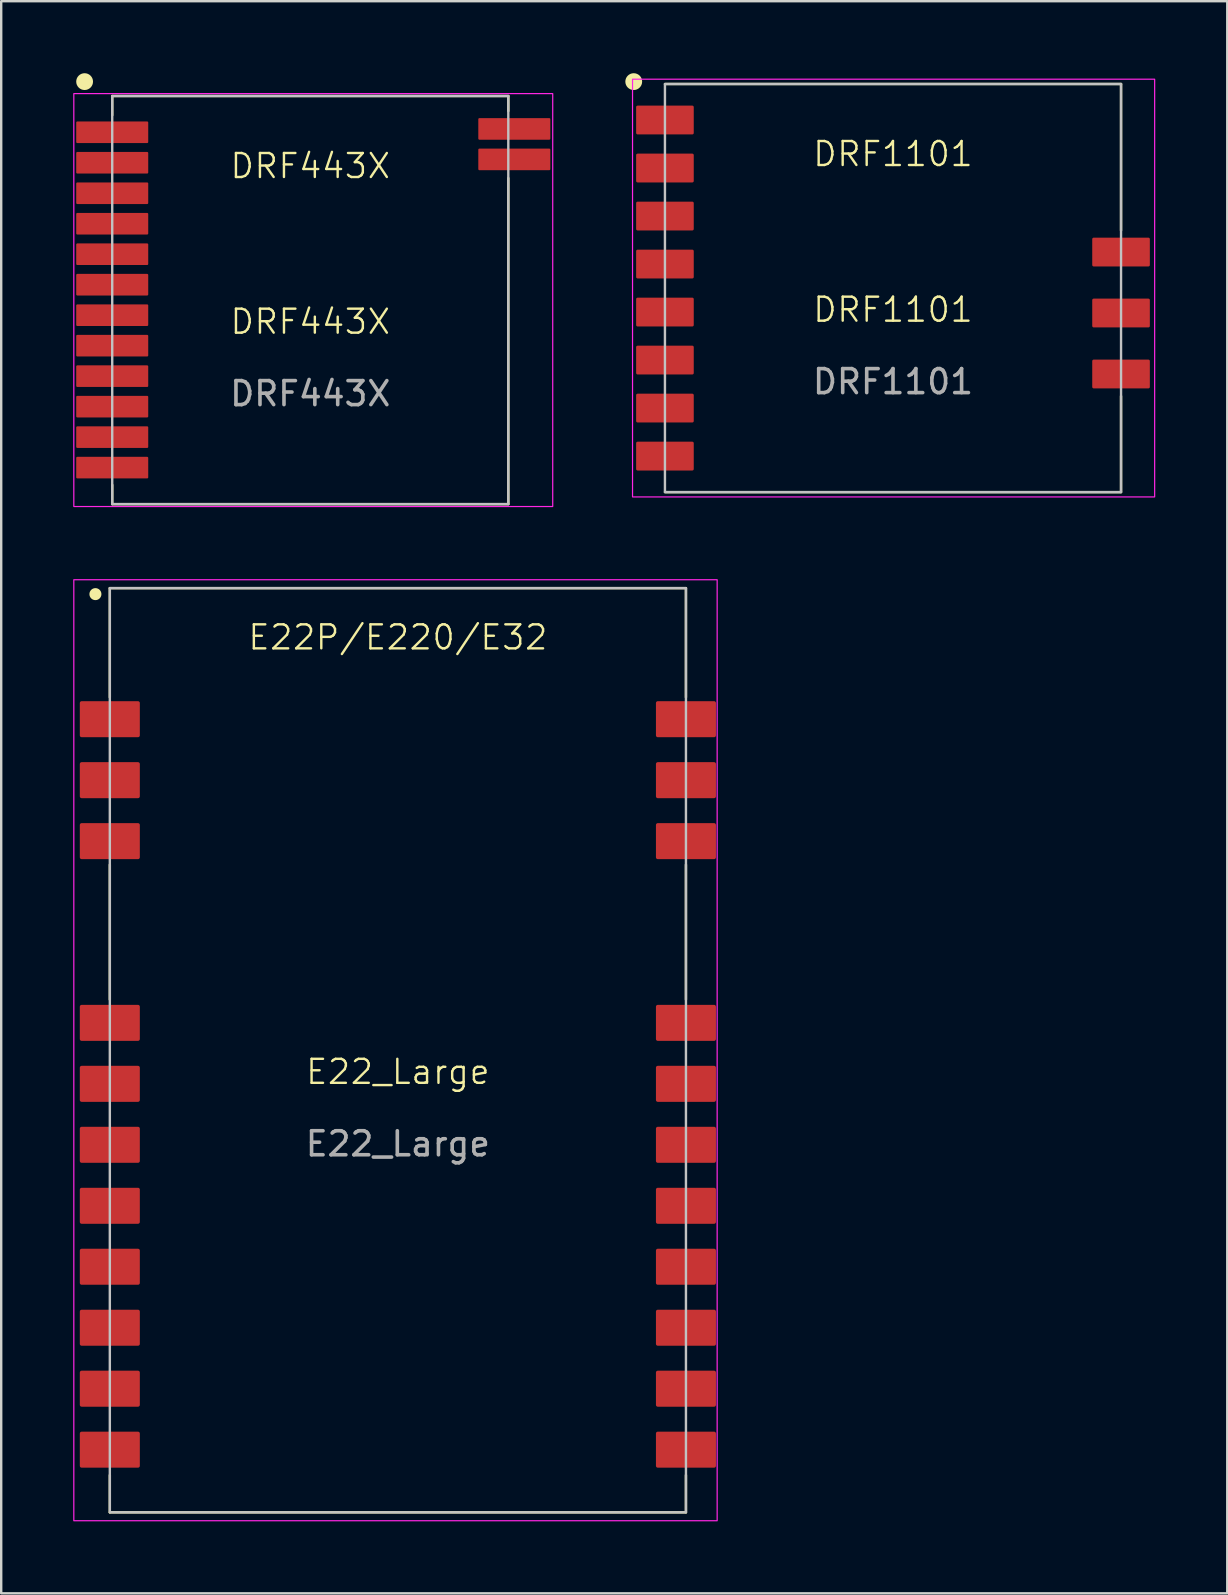
<source format=kicad_pcb>
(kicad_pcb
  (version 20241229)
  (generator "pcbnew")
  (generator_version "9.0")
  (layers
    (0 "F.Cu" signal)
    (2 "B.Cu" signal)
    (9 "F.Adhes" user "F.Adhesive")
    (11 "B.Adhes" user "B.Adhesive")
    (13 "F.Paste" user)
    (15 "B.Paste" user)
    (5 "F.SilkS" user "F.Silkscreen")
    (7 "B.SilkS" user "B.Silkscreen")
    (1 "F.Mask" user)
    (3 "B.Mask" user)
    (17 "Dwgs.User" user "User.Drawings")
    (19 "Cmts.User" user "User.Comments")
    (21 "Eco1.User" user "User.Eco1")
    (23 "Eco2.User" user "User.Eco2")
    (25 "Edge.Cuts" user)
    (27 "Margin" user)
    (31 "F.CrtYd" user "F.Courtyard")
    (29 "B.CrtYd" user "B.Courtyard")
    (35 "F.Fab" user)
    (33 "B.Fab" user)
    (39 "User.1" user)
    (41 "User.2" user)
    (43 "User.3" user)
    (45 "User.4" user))
  (footprint "E22_Large"
    (layer "F.Cu")
    (at 13.525 40.7)
    (property "Reference" "E22_Large" (at 0 0.9 0) (unlocked yes) (layer "F.SilkS") (effects (font (size 1 1) (thickness 0.1))))
    (attr smd)
    (fp_line (start -12 -19.25) (end 12 -19.25) (stroke (width 0.1) (type solid)) (layer "F.SilkS"))
    (fp_line (start -12 -14.7) (end -12 -19.25) (stroke (width 0.1) (type solid)) (layer "F.SilkS"))
    (fp_line (start -12 -2.11) (end -12 -7.73) (stroke (width 0.1) (type solid)) (layer "F.SilkS"))
    (fp_line (start -12 17.7) (end -12 19.25) (stroke (width 0.1) (type default)) (layer "F.SilkS"))
    (fp_line (start -12 19.25) (end 12 19.25) (stroke (width 0.1) (type solid)) (layer "F.SilkS"))
    (fp_line (start 12 -14.7) (end 12 -19.25) (stroke (width 0.1) (type solid)) (layer "F.SilkS"))
    (fp_line (start 12 -2.11) (end 12 -7.73) (stroke (width 0.1) (type solid)) (layer "F.SilkS"))
    (fp_line (start 12 17.7) (end 12 19.25) (stroke (width 0.1) (type solid)) (layer "F.SilkS"))
    (fp_circle (center -12.6 -19) (end -12.4 -19) (stroke (width 0.1) (type solid)) (fill yes) (layer "F.SilkS"))
    (fp_rect (start -12 -19.25) (end 12 19.25) (stroke (width 0.1) (type solid)) (fill no) (layer "Dwgs.User"))
    (fp_rect (start -13.5 -19.6) (end 13.3 19.6) (stroke (width 0.05) (type default)) (fill no) (layer "F.CrtYd"))
    (fp_text user "E22P/E220/E32" (at 0 -17.2 0) (unlocked yes) (layer "F.SilkS") (effects (font (size 1 1) (thickness 0.1))))
    (fp_text user "${REFERENCE}" (at 0 3.9 0) (unlocked yes) (layer "F.Fab") (effects (font (size 1 1) (thickness 0.15))))
    (pad "1" smd roundrect (at -12 -13.79) (size 2.5 1.5) (layers "F.Cu" "F.Mask" "F.Paste") (roundrect_rratio 0.05))
    (pad "2" smd roundrect (at -12 -11.25) (size 2.5 1.5) (layers "F.Cu" "F.Mask" "F.Paste") (roundrect_rratio 0.05))
    (pad "3" smd roundrect (at -12 -8.71) (size 2.5 1.5) (layers "F.Cu" "F.Mask" "F.Paste") (roundrect_rratio 0.05))
    (pad "4" smd roundrect (at -12 -1.14) (size 2.5 1.5) (layers "F.Cu" "F.Mask" "F.Paste") (roundrect_rratio 0.05))
    (pad "5" smd roundrect (at -12 1.4) (size 2.5 1.5) (layers "F.Cu" "F.Mask" "F.Paste") (roundrect_rratio 0.05))
    (pad "6" smd roundrect (at -12 3.94) (size 2.5 1.5) (layers "F.Cu" "F.Mask" "F.Paste") (roundrect_rratio 0.05))
    (pad "7" smd roundrect (at -12 6.48) (size 2.5 1.5) (layers "F.Cu" "F.Mask" "F.Paste") (roundrect_rratio 0.05))
    (pad "8" smd roundrect (at -12 9.02) (size 2.5 1.5) (layers "F.Cu" "F.Mask" "F.Paste") (roundrect_rratio 0.05))
    (pad "9" smd roundrect (at -12 11.56) (size 2.5 1.5) (layers "F.Cu" "F.Mask" "F.Paste") (roundrect_rratio 0.05))
    (pad "10" smd roundrect (at -12 14.1) (size 2.5 1.5) (layers "F.Cu" "F.Mask" "F.Paste") (roundrect_rratio 0.05))
    (pad "11" smd roundrect (at -12 16.64) (size 2.5 1.5) (layers "F.Cu" "F.Mask" "F.Paste") (roundrect_rratio 0.05))
    (pad "12" smd roundrect (at 12 16.64) (size 2.5 1.5) (layers "F.Cu" "F.Mask" "F.Paste") (roundrect_rratio 0.05))
    (pad "13" smd roundrect (at 12 14.1) (size 2.5 1.5) (layers "F.Cu" "F.Mask" "F.Paste") (roundrect_rratio 0.05))
    (pad "14" smd roundrect (at 12 11.56) (size 2.5 1.5) (layers "F.Cu" "F.Mask" "F.Paste") (roundrect_rratio 0.05))
    (pad "15" smd roundrect (at 12 9.02) (size 2.5 1.5) (layers "F.Cu" "F.Mask" "F.Paste") (roundrect_rratio 0.05))
    (pad "16" smd roundrect (at 12 6.48) (size 2.5 1.5) (layers "F.Cu" "F.Mask" "F.Paste") (roundrect_rratio 0.05))
    (pad "17" smd roundrect (at 12 3.94) (size 2.5 1.5) (layers "F.Cu" "F.Mask" "F.Paste") (roundrect_rratio 0.05))
    (pad "18" smd roundrect (at 12 1.4) (size 2.5 1.5) (layers "F.Cu" "F.Mask" "F.Paste") (roundrect_rratio 0.05))
    (pad "19" smd roundrect (at 12 -1.14) (size 2.5 1.5) (layers "F.Cu" "F.Mask" "F.Paste") (roundrect_rratio 0.05))
    (pad "20" smd roundrect (at 12 -8.71) (size 2.5 1.5) (layers "F.Cu" "F.Mask" "F.Paste") (roundrect_rratio 0.05))
    (pad "21" smd roundrect (at 12 -11.25) (size 2.5 1.5) (layers "F.Cu" "F.Mask" "F.Paste") (roundrect_rratio 0.05))
    (pad "22" smd roundrect (at 12 -13.79) (size 2.5 1.5) (layers "F.Cu" "F.Mask" "F.Paste") (roundrect_rratio 0.05)))
  (footprint "DRF443X"
    (layer "F.Cu")
    (at 9.875 9.45)
    (property "Reference" "DRF443X" (at 0 0.9 0) (unlocked yes) (layer "F.SilkS") (effects (font (size 1 1) (thickness 0.1))))
    (attr smd)
    (fp_line (start -8.25 -8.5) (end -8.25 -7.7) (stroke (width 0.1) (type default)) (layer "F.SilkS"))
    (fp_line (start -8.25 -8.5) (end 8.25 -8.5) (stroke (width 0.1) (type solid)) (layer "F.SilkS"))
    (fp_line (start -8.25 8.5) (end -8.25 7.7) (stroke (width 0.1) (type default)) (layer "F.SilkS"))
    (fp_line (start -8.25 8.5) (end 8.25 8.5) (stroke (width 0.1) (type solid)) (layer "F.SilkS"))
    (fp_line (start 8.25 -8.5) (end 8.25 -7.874) (stroke (width 0.1) (type default)) (layer "F.SilkS"))
    (fp_line (start 8.25 -5.08) (end 8.25 8.5) (stroke (width 0.1) (type solid)) (layer "F.SilkS"))
    (fp_circle (center -9.4 -9.1) (end -9.1 -9.1) (stroke (width 0.1) (type solid)) (fill yes) (layer "F.SilkS"))
    (fp_rect (start -8.25 -8.5) (end 8.25 8.5) (stroke (width 0.1) (type solid)) (fill no) (layer "Dwgs.User"))
    (fp_rect (start -9.85 -8.6) (end 10.1 8.6) (stroke (width 0.05) (type solid)) (fill no) (layer "F.CrtYd"))
    (fp_text user "DRF443X" (at -3.4 -5 0) (unlocked yes) (layer "F.SilkS") (effects (font (size 1 1) (thickness 0.1)) (justify left bottom)))
    (fp_text user "${REFERENCE}" (at 0 3.9 0) (unlocked yes) (layer "F.Fab") (effects (font (size 1 1) (thickness 0.15))))
    (pad "1" smd roundrect (at -8.25 -6.99) (size 3 0.9) (layers "F.Cu" "F.Mask" "F.Paste") (roundrect_rratio 0.05))
    (pad "2" smd roundrect (at -8.25 -5.72) (size 3 0.9) (layers "F.Cu" "F.Mask" "F.Paste") (roundrect_rratio 0.05))
    (pad "3" smd roundrect (at -8.25 -4.45) (size 3 0.9) (layers "F.Cu" "F.Mask" "F.Paste") (roundrect_rratio 0.05))
    (pad "4" smd roundrect (at -8.25 -3.18) (size 3 0.9) (layers "F.Cu" "F.Mask" "F.Paste") (roundrect_rratio 0.05))
    (pad "5" smd roundrect (at -8.25 -1.91) (size 3 0.9) (layers "F.Cu" "F.Mask" "F.Paste") (roundrect_rratio 0.05))
    (pad "6" smd roundrect (at -8.25 -0.64) (size 3 0.9) (layers "F.Cu" "F.Mask" "F.Paste") (roundrect_rratio 0.05))
    (pad "7" smd roundrect (at -8.25 0.63) (size 3 0.9) (layers "F.Cu" "F.Mask" "F.Paste") (roundrect_rratio 0.05))
    (pad "8" smd roundrect (at -8.25 1.9) (size 3 0.9) (layers "F.Cu" "F.Mask" "F.Paste") (roundrect_rratio 0.05))
    (pad "9" smd roundrect (at -8.25 3.17) (size 3 0.9) (layers "F.Cu" "F.Mask" "F.Paste") (roundrect_rratio 0.05))
    (pad "10" smd roundrect (at -8.25 4.44) (size 3 0.9) (layers "F.Cu" "F.Mask" "F.Paste") (roundrect_rratio 0.05))
    (pad "11" smd roundrect (at -8.25 5.71) (size 3 0.9) (layers "F.Cu" "F.Mask" "F.Paste") (roundrect_rratio 0.05))
    (pad "12" smd roundrect (at -8.25 6.98) (size 3 0.9) (layers "F.Cu" "F.Mask" "F.Paste") (roundrect_rratio 0.05))
    (pad "13" smd roundrect (at 8.5 -7.13) (size 3 0.9) (layers "F.Cu" "F.Mask" "F.Paste") (roundrect_rratio 0.05))
    (pad "14" smd roundrect (at 8.5 -5.86) (size 3 0.9) (layers "F.Cu" "F.Mask" "F.Paste") (roundrect_rratio 0.05)))
  (footprint "DRF1101"
    (layer "F.Cu")
    (at 34.15 8.95)
    (property "Reference" "DRF1101" (at 0 0.9 0) (unlocked yes) (layer "F.SilkS") (effects (font (size 1 1) (thickness 0.1))))
    (attr smd)
    (fp_line (start -9.5 -8.5) (end 9.5 -8.5) (stroke (width 0.1) (type solid)) (layer "F.SilkS"))
    (fp_line (start -9.5 8.5) (end 9.5 8.5) (stroke (width 0.1) (type solid)) (layer "F.SilkS"))
    (fp_line (start 9.5 -8.5) (end 9.5 -2.4) (stroke (width 0.1) (type default)) (layer "F.SilkS"))
    (fp_line (start 9.5 4.5) (end 9.5 8.5) (stroke (width 0.1) (type default)) (layer "F.SilkS"))
    (fp_circle (center -10.8 -8.6) (end -10.5 -8.6) (stroke (width 0.1) (type solid)) (fill yes) (layer "F.SilkS"))
    (fp_rect (start -9.5 -8.5) (end 9.5 8.5) (stroke (width 0.1) (type solid)) (fill no) (layer "Dwgs.User"))
    (fp_rect (start -10.85 -8.7) (end 10.9 8.7) (stroke (width 0.05) (type solid)) (fill no) (layer "F.CrtYd"))
    (fp_text user "DRF1101" (at -3.4 -5 0) (unlocked yes) (layer "F.SilkS") (effects (font (size 1 1) (thickness 0.1)) (justify left bottom)))
    (fp_text user "${REFERENCE}" (at 0 3.9 0) (unlocked yes) (layer "F.Fab") (effects (font (size 1 1) (thickness 0.15))))
    (pad "1" smd roundrect (at -9.5 -7) (size 2.4 1.2) (layers "F.Cu" "F.Mask" "F.Paste") (roundrect_rratio 0.05))
    (pad "2" smd roundrect (at -9.5 -5) (size 2.4 1.2) (layers "F.Cu" "F.Mask" "F.Paste") (roundrect_rratio 0.05))
    (pad "3" smd roundrect (at -9.5 -3) (size 2.4 1.2) (layers "F.Cu" "F.Mask" "F.Paste") (roundrect_rratio 0.05))
    (pad "4" smd roundrect (at -9.5 -1) (size 2.4 1.2) (layers "F.Cu" "F.Mask" "F.Paste") (roundrect_rratio 0.05))
    (pad "5" smd roundrect (at -9.5 1) (size 2.4 1.2) (layers "F.Cu" "F.Mask" "F.Paste") (roundrect_rratio 0.05))
    (pad "6" smd roundrect (at -9.5 3) (size 2.4 1.2) (layers "F.Cu" "F.Mask" "F.Paste") (roundrect_rratio 0.05))
    (pad "7" smd roundrect (at -9.5 5) (size 2.4 1.2) (layers "F.Cu" "F.Mask" "F.Paste") (roundrect_rratio 0.05))
    (pad "8" smd roundrect (at -9.5 7) (size 2.4 1.2) (layers "F.Cu" "F.Mask" "F.Paste") (roundrect_rratio 0.05))
    (pad "9" smd roundrect (at 9.5 3.58) (size 2.4 1.2) (layers "F.Cu" "F.Mask" "F.Paste") (roundrect_rratio 0.05))
    (pad "10" smd roundrect (at 9.5 1.04) (size 2.4 1.2) (layers "F.Cu" "F.Mask" "F.Paste") (roundrect_rratio 0.05))
    (pad "11" smd roundrect (at 9.5 -1.5) (size 2.4 1.2) (layers "F.Cu" "F.Mask" "F.Paste") (roundrect_rratio 0.05)))
  (gr_rect
    (start -3 -3)
    (end 48.075 63.325)
    (stroke (width 0.1) (type default))
    (fill no)
    (layer "Edge.Cuts")))
</source>
